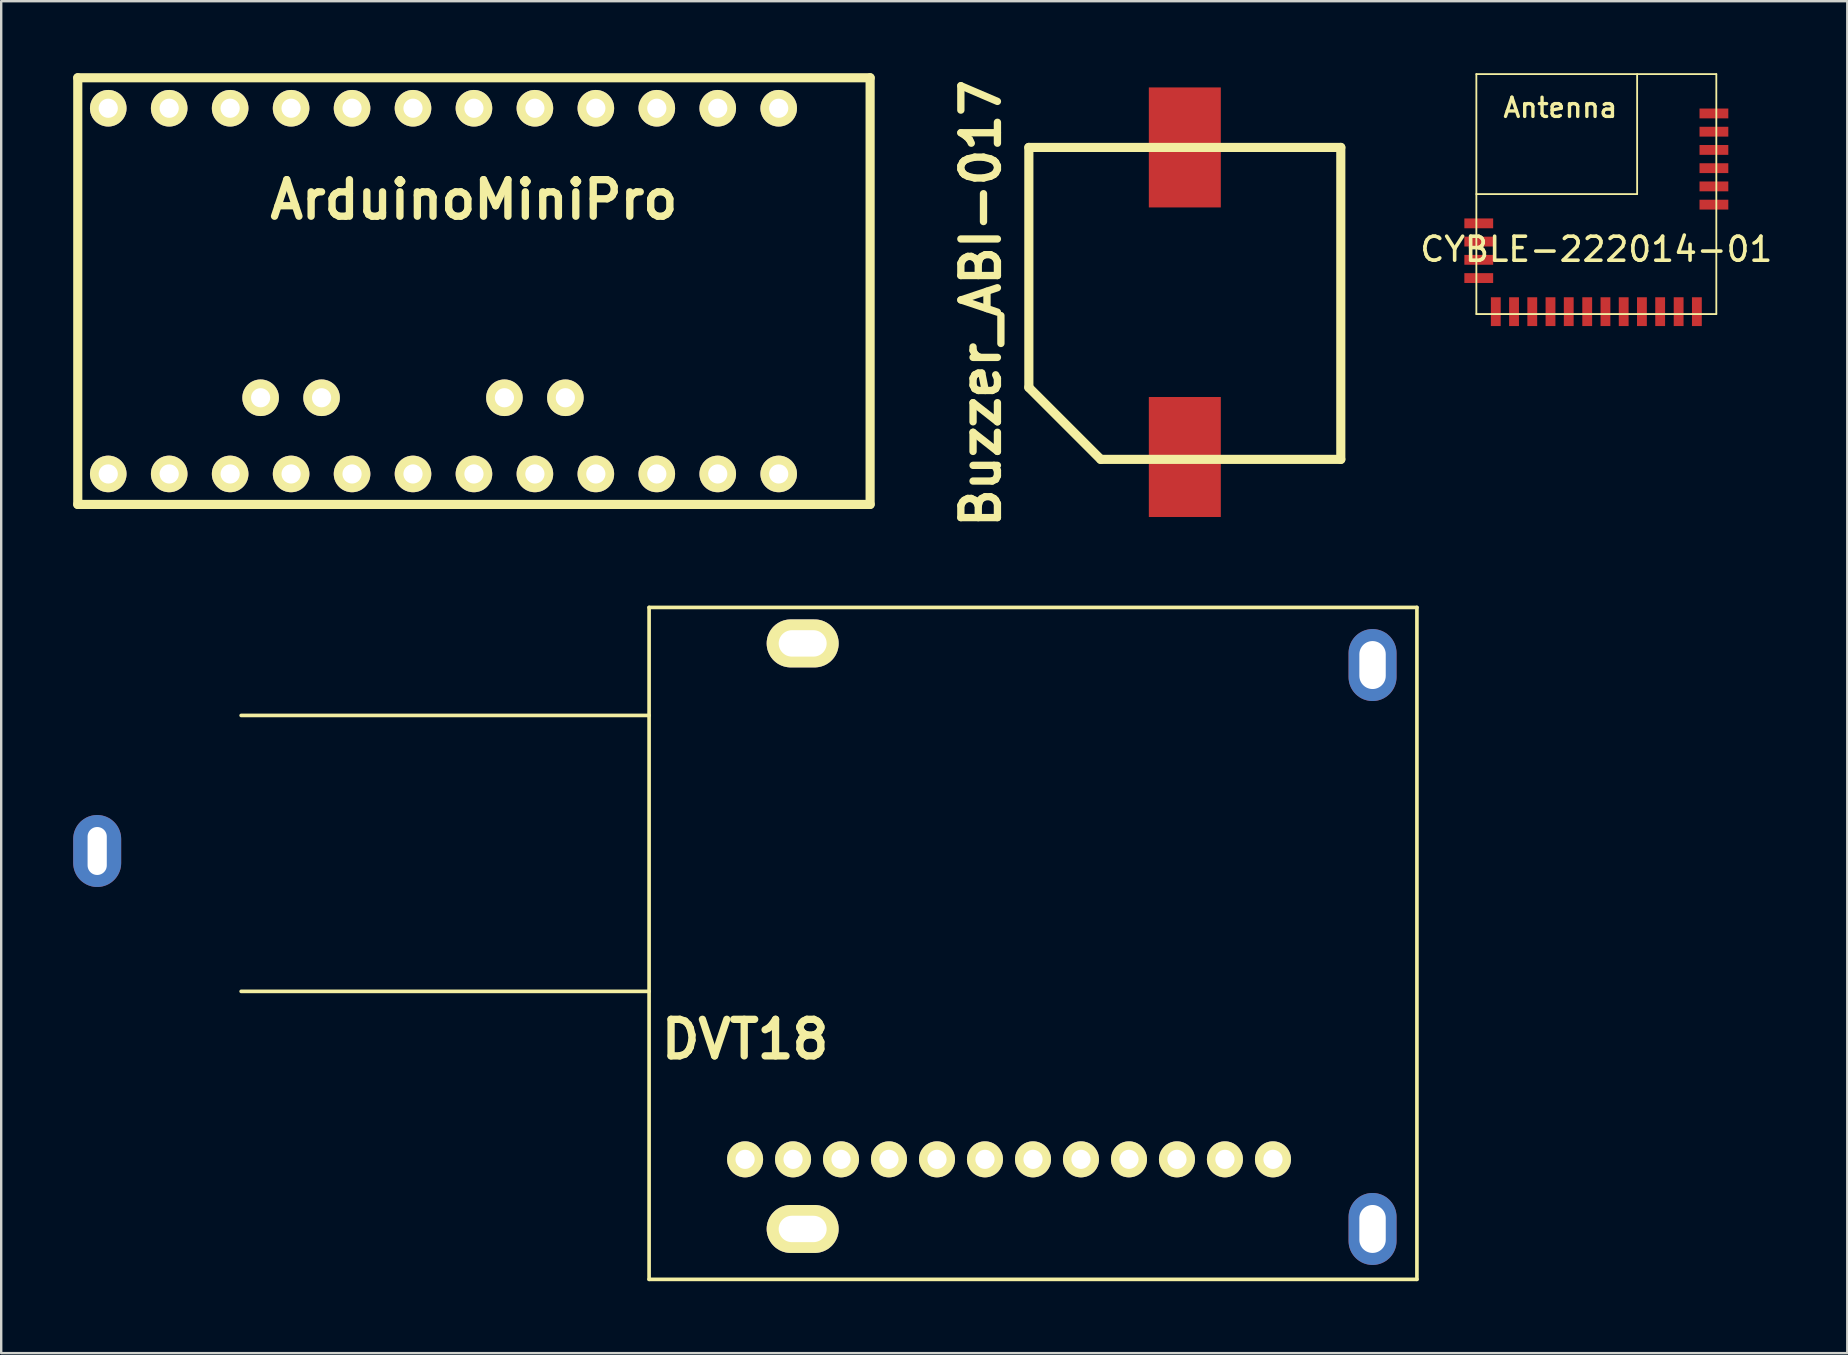
<source format=kicad_pcb>
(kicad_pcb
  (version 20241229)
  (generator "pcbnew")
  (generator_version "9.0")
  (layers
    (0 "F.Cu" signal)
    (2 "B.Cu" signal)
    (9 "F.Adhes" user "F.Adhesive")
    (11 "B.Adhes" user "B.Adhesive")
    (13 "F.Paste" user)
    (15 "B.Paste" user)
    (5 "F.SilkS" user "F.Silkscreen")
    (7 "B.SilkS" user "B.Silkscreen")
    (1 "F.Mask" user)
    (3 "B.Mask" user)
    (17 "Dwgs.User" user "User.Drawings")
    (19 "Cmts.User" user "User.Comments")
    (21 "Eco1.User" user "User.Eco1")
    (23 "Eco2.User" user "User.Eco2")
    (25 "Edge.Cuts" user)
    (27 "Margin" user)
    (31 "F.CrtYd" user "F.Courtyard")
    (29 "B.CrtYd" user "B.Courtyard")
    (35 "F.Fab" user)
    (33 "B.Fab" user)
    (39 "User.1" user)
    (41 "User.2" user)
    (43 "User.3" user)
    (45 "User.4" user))
  (footprint "ArduinoMiniPro"
    (layer "F.Cu")
    (at 16.701 9.081)
    (property "Reference" "ArduinoMiniPro" (at 0 -3.81 0) (layer "F.SilkS") (effects (font (size 1.524 1.524) (thickness 0.305))))
    (attr through_hole)
    (fp_line (start -16.51 -8.89) (end -16.51 8.89) (stroke (width 0.381) (type solid)) (layer "F.SilkS"))
    (fp_line (start -16.51 8.89) (end 16.51 8.89) (stroke (width 0.381) (type solid)) (layer "F.SilkS"))
    (fp_line (start 16.51 -8.89) (end -16.51 -8.89) (stroke (width 0.381) (type solid)) (layer "F.SilkS"))
    (fp_line (start 16.51 8.89) (end 16.51 -8.89) (stroke (width 0.381) (type solid)) (layer "F.SilkS"))
    (pad "1" thru_hole circle (at 5.08 -7.62) (size 1.524 1.524) (drill 0.8) (layers "*.Cu" "*.Mask" "F.SilkS"))
    (pad "2" thru_hole circle (at 2.54 -7.62) (size 1.524 1.524) (drill 0.8) (layers "*.Cu" "*.Mask" "F.SilkS"))
    (pad "3" thru_hole circle (at 0 -7.62) (size 1.524 1.524) (drill 0.8) (layers "*.Cu" "*.Mask" "F.SilkS"))
    (pad "4" thru_hole circle (at -2.54 -7.62) (size 1.524 1.524) (drill 0.8) (layers "*.Cu" "*.Mask" "F.SilkS"))
    (pad "5" thru_hole circle (at -5.08 -7.62) (size 1.524 1.524) (drill 0.8) (layers "*.Cu" "*.Mask" "F.SilkS"))
    (pad "6" thru_hole circle (at -7.62 -7.62) (size 1.524 1.524) (drill 0.8) (layers "*.Cu" "*.Mask" "F.SilkS"))
    (pad "7" thru_hole circle (at -10.16 -7.62) (size 1.524 1.524) (drill 0.8) (layers "*.Cu" "*.Mask" "F.SilkS"))
    (pad "8" thru_hole circle (at -12.7 -7.62) (size 1.524 1.524) (drill 0.8) (layers "*.Cu" "*.Mask" "F.SilkS"))
    (pad "9" thru_hole circle (at -15.24 -7.62) (size 1.524 1.524) (drill 0.8) (layers "*.Cu" "*.Mask" "F.SilkS"))
    (pad "10" thru_hole circle (at -15.24 7.62) (size 1.524 1.524) (drill 0.8) (layers "*.Cu" "*.Mask" "F.SilkS"))
    (pad "11" thru_hole circle (at -12.7 7.62) (size 1.524 1.524) (drill 0.8) (layers "*.Cu" "*.Mask" "F.SilkS"))
    (pad "12" thru_hole circle (at -10.16 7.62) (size 1.524 1.524) (drill 0.8) (layers "*.Cu" "*.Mask" "F.SilkS"))
    (pad "13" thru_hole circle (at -7.62 7.62) (size 1.524 1.524) (drill 0.8) (layers "*.Cu" "*.Mask" "F.SilkS"))
    (pad "14" thru_hole circle (at -5.08 7.62) (size 1.524 1.524) (drill 0.8) (layers "*.Cu" "*.Mask" "F.SilkS"))
    (pad "15" thru_hole circle (at -2.54 7.62) (size 1.524 1.524) (drill 0.8) (layers "*.Cu" "*.Mask" "F.SilkS"))
    (pad "16" thru_hole circle (at 0 7.62) (size 1.524 1.524) (drill 0.8) (layers "*.Cu" "*.Mask" "F.SilkS"))
    (pad "17" thru_hole circle (at 2.54 7.62) (size 1.524 1.524) (drill 0.8) (layers "*.Cu" "*.Mask" "F.SilkS"))
    (pad "18" thru_hole circle (at 5.08 7.62) (size 1.524 1.524) (drill 0.8) (layers "*.Cu" "*.Mask" "F.SilkS"))
    (pad "19" thru_hole circle (at 7.62 7.62) (size 1.524 1.524) (drill 0.8) (layers "*.Cu" "*.Mask" "F.SilkS"))
    (pad "20" thru_hole circle (at 10.16 7.62) (size 1.524 1.524) (drill 0.8) (layers "*.Cu" "*.Mask" "F.SilkS"))
    (pad "21" thru_hole circle (at 12.7 7.62) (size 1.524 1.524) (drill 0.8) (layers "*.Cu" "*.Mask" "F.SilkS"))
    (pad "22" thru_hole circle (at 12.7 -7.62) (size 1.524 1.524) (drill 0.8) (layers "*.Cu" "*.Mask" "F.SilkS"))
    (pad "23" thru_hole circle (at 10.16 -7.62) (size 1.524 1.524) (drill 0.8) (layers "*.Cu" "*.Mask" "F.SilkS"))
    (pad "24" thru_hole circle (at 7.62 -7.62) (size 1.524 1.524) (drill 0.8) (layers "*.Cu" "*.Mask" "F.SilkS"))
    (pad "25" thru_hole circle (at -8.89 4.445) (size 1.524 1.524) (drill 0.8) (layers "*.Cu" "*.Mask" "F.SilkS"))
    (pad "26" thru_hole circle (at -6.35 4.445) (size 1.524 1.524) (drill 0.8) (layers "*.Cu" "*.Mask" "F.SilkS"))
    (pad "27" thru_hole circle (at 1.27 4.445) (size 1.524 1.524) (drill 0.8) (layers "*.Cu" "*.Mask" "F.SilkS"))
    (pad "28" thru_hole circle (at 3.81 4.445) (size 1.524 1.524) (drill 0.8) (layers "*.Cu" "*.Mask" "F.SilkS")))
  (footprint "CYBLE-222014-01"
    (layer "F.Cu")
    (at 63.475 5.038)
    (property "Reference" "CYBLE-222014-01" (at 0 2.3 180) (layer "F.SilkS") (effects (font (size 1 1) (thickness 0.15))))
    (attr smd)
    (fp_line (start -5 -5) (end 5 -5) (stroke (width 0.076) (type solid)) (layer "F.SilkS"))
    (fp_line (start -5 5) (end -5 -5) (stroke (width 0.076) (type solid)) (layer "F.SilkS"))
    (fp_line (start 1.7 -5) (end 1.7 0) (stroke (width 0.076) (type solid)) (layer "F.SilkS"))
    (fp_line (start 1.7 0) (end -5 0) (stroke (width 0.076) (type solid)) (layer "F.SilkS"))
    (fp_line (start 5 -5) (end 5 5) (stroke (width 0.076) (type solid)) (layer "F.SilkS"))
    (fp_line (start 5 5) (end -5 5) (stroke (width 0.076) (type solid)) (layer "F.SilkS"))
    (fp_text user "Antenna" (at -1.5 -3.6 0) (layer "F.SilkS") (effects (font (size 0.8 0.8) (thickness 0.14))))
    (pad "1" smd rect (at 4.9 -3.36) (size 1.2 0.41) (layers "F.Cu" "F.Mask" "F.Paste"))
    (pad "2" smd rect (at 4.9 -2.6) (size 1.2 0.41) (layers "F.Cu" "F.Mask" "F.Paste"))
    (pad "3" smd rect (at 4.9 -1.84) (size 1.2 0.41) (layers "F.Cu" "F.Mask" "F.Paste"))
    (pad "4" smd rect (at 4.9 -1.08) (size 1.2 0.41) (layers "F.Cu" "F.Mask" "F.Paste"))
    (pad "5" smd rect (at 4.9 -0.32) (size 1.2 0.41) (layers "F.Cu" "F.Mask" "F.Paste"))
    (pad "6" smd rect (at 4.9 0.44) (size 1.2 0.41) (layers "F.Cu" "F.Mask" "F.Paste"))
    (pad "7" smd rect (at 4.19 4.9) (size 0.41 1.2) (layers "F.Cu" "F.Mask" "F.Paste"))
    (pad "8" smd rect (at 3.43 4.9) (size 0.41 1.2) (layers "F.Cu" "F.Mask" "F.Paste"))
    (pad "9" smd rect (at 2.66 4.9) (size 0.41 1.2) (layers "F.Cu" "F.Mask" "F.Paste"))
    (pad "10" smd rect (at 1.9 4.9) (size 0.41 1.2) (layers "F.Cu" "F.Mask" "F.Paste"))
    (pad "11" smd rect (at 1.14 4.9) (size 0.41 1.2) (layers "F.Cu" "F.Mask" "F.Paste"))
    (pad "12" smd rect (at 0.38 4.9) (size 0.41 1.2) (layers "F.Cu" "F.Mask" "F.Paste"))
    (pad "13" smd rect (at -0.38 4.9) (size 0.41 1.2) (layers "F.Cu" "F.Mask" "F.Paste"))
    (pad "14" smd rect (at -1.15 4.9) (size 0.41 1.2) (layers "F.Cu" "F.Mask" "F.Paste"))
    (pad "15" smd rect (at -1.91 4.9) (size 0.41 1.2) (layers "F.Cu" "F.Mask" "F.Paste"))
    (pad "16" smd rect (at -2.67 4.9) (size 0.41 1.2) (layers "F.Cu" "F.Mask" "F.Paste"))
    (pad "17" smd rect (at -3.43 4.9) (size 0.41 1.2) (layers "F.Cu" "F.Mask" "F.Paste"))
    (pad "18" smd rect (at -4.19 4.9) (size 0.41 1.2) (layers "F.Cu" "F.Mask" "F.Paste"))
    (pad "19" smd rect (at -4.9 3.5) (size 1.2 0.41) (layers "F.Cu" "F.Mask" "F.Paste"))
    (pad "20" smd rect (at -4.9 2.74) (size 1.2 0.41) (layers "F.Cu" "F.Mask" "F.Paste"))
    (pad "21" smd rect (at -4.9 1.98) (size 1.2 0.41) (layers "F.Cu" "F.Mask" "F.Paste"))
    (pad "22" smd rect (at -4.9 1.22) (size 1.2 0.41) (layers "F.Cu" "F.Mask" "F.Paste")))
  (footprint "DVT18"
    (layer "F.Cu")
    (at 28 45.264)
    (property "Reference" "DVT18" (at 0 -5.001 0) (layer "F.SilkS") (effects (font (size 1.524 1.524) (thickness 0.305))))
    (attr through_hole)
    (fp_line (start -4 -18.499) (end -21.001 -18.499) (stroke (width 0.152) (type solid)) (layer "F.SilkS"))
    (fp_line (start -4 -7) (end -21.001 -7) (stroke (width 0.152) (type solid)) (layer "F.SilkS"))
    (fp_line (start -4 5.001) (end -4 -23) (stroke (width 0.152) (type solid)) (layer "F.SilkS"))
    (fp_line (start -4 5.001) (end 27.998 5.001) (stroke (width 0.152) (type solid)) (layer "F.SilkS"))
    (fp_line (start 27.998 -23) (end -4 -23) (stroke (width 0.152) (type solid)) (layer "F.SilkS"))
    (fp_line (start 27.998 -23) (end 27.998 5.001) (stroke (width 0.152) (type solid)) (layer "F.SilkS"))
    (pad "1" thru_hole circle (at 0 0) (size 1.501 1.501) (drill 0.8) (layers "*.Cu" "*.Mask" "F.SilkS"))
    (pad "2" thru_hole circle (at 1.999 0) (size 1.501 1.501) (drill 0.8) (layers "*.Cu" "*.Mask" "F.SilkS"))
    (pad "3" thru_hole circle (at 3.998 0) (size 1.501 1.501) (drill 0.8) (layers "*.Cu" "*.Mask" "F.SilkS"))
    (pad "4" thru_hole circle (at 5.997 0) (size 1.501 1.501) (drill 0.8) (layers "*.Cu" "*.Mask" "F.SilkS"))
    (pad "5" thru_hole circle (at 7.998 0) (size 1.501 1.501) (drill 0.8) (layers "*.Cu" "*.Mask" "F.SilkS"))
    (pad "6" thru_hole circle (at 9.997 0) (size 1.501 1.501) (drill 0.8) (layers "*.Cu" "*.Mask" "F.SilkS"))
    (pad "7" thru_hole circle (at 11.999 0) (size 1.501 1.501) (drill 0.8) (layers "*.Cu" "*.Mask" "F.SilkS"))
    (pad "8" thru_hole circle (at 13.998 0) (size 1.501 1.501) (drill 0.8) (layers "*.Cu" "*.Mask" "F.SilkS"))
    (pad "9" thru_hole circle (at 15.999 0) (size 1.501 1.501) (drill 0.8) (layers "*.Cu" "*.Mask" "F.SilkS"))
    (pad "10" thru_hole circle (at 17.998 0) (size 1.501 1.501) (drill 0.8) (layers "*.Cu" "*.Mask" "F.SilkS"))
    (pad "11" thru_hole circle (at 19.997 0) (size 1.501 1.501) (drill 0.8) (layers "*.Cu" "*.Mask" "F.SilkS"))
    (pad "12" thru_hole circle (at 21.999 0) (size 1.501 1.501) (drill 0.8) (layers "*.Cu" "*.Mask" "F.SilkS"))
    (pad "13" thru_hole oval (at -27 -12.85) (size 1.999 3) (drill oval 0.8 1.999) (layers "*.Cu" "*.Mask"))
    (pad "14" thru_hole oval (at 26.149 2.901) (size 1.999 3) (drill oval 1.1 1.999) (layers "*.Cu" "*.Mask"))
    (pad "15" thru_hole oval (at 26.149 -20.599) (size 1.999 3) (drill oval 1.1 1.999) (layers "*.Cu" "*.Mask"))
    (pad "16" thru_hole oval (at 2.4 -21.501) (size 3 1.999) (drill oval 1.999 1.1) (layers "*.Cu" "*.Mask" "F.SilkS"))
    (pad "17" thru_hole oval (at 2.4 2.901) (size 3 1.999) (drill oval 1.999 1.1) (layers "*.Cu" "*.Mask" "F.SilkS")))
  (footprint "Buzzer_ABI-017"
    (layer "F.Cu")
    (at 46.326 9.594)
    (property "Reference" "Buzzer_ABI-017" (at -8.499 0 90) (layer "F.SilkS") (effects (font (size 1.524 1.524) (thickness 0.305))))
    (attr through_hole)
    (fp_line (start -6.502 3.503) (end -3.503 6.502) (stroke (width 0.381) (type solid)) (layer "F.SilkS"))
    (fp_line (start -6.5 3.5) (end -6.5 -6.5) (stroke (width 0.381) (type solid)) (layer "F.SilkS"))
    (fp_line (start 6.5 -6.5) (end -6.5 -6.5) (stroke (width 0.381) (type solid)) (layer "F.SilkS"))
    (fp_line (start 6.5 6.5) (end -3.5 6.5) (stroke (width 0.381) (type solid)) (layer "F.SilkS"))
    (fp_line (start 6.5 6.5) (end 6.5 -6.5) (stroke (width 0.381) (type solid)) (layer "F.SilkS"))
    (pad "1" smd rect (at 0 -6.5) (size 3 5.001) (layers "F.Cu" "F.Mask" "F.Paste"))
    (pad "2" smd rect (at 0 6.401) (size 3 5.001) (layers "F.Cu" "F.Mask" "F.Paste")))
  (gr_rect
    (start -3 -3)
    (end 73.933 53.341)
    (stroke (width 0.1) (type default))
    (fill no)
    (layer "Edge.Cuts")))
</source>
